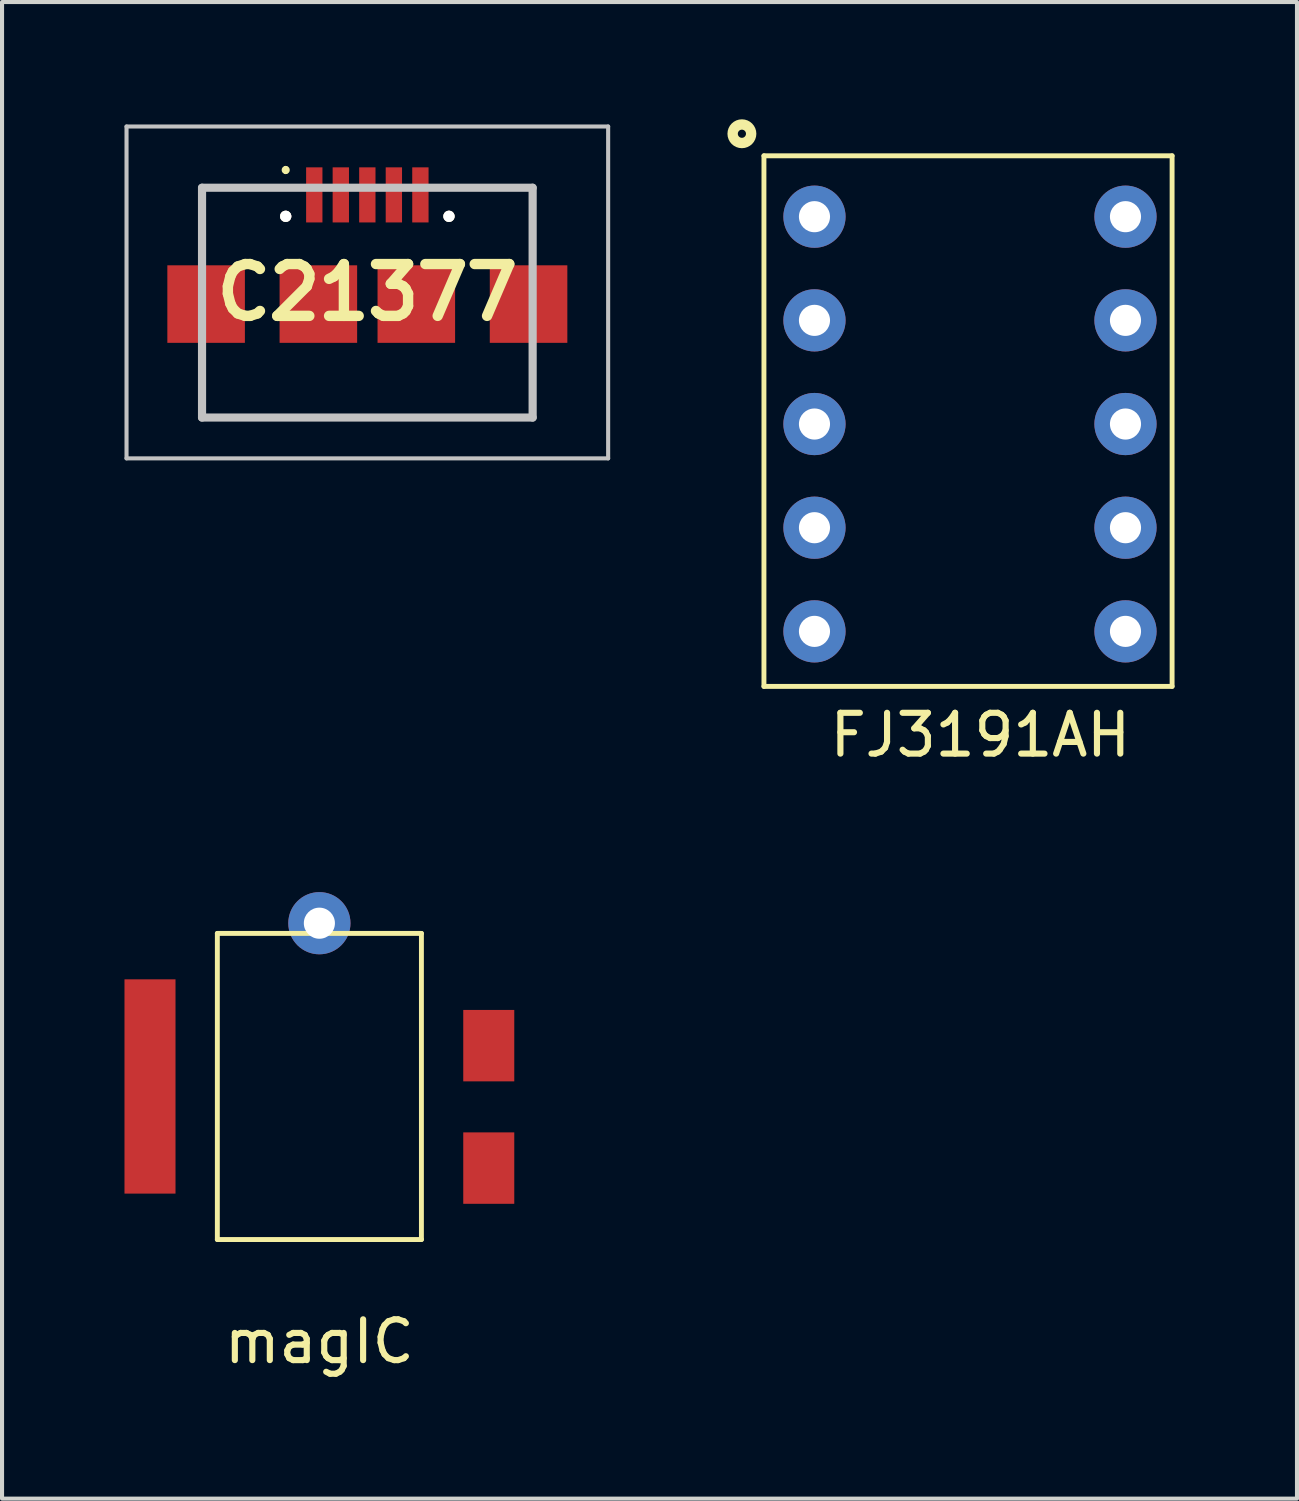
<source format=kicad_pcb>
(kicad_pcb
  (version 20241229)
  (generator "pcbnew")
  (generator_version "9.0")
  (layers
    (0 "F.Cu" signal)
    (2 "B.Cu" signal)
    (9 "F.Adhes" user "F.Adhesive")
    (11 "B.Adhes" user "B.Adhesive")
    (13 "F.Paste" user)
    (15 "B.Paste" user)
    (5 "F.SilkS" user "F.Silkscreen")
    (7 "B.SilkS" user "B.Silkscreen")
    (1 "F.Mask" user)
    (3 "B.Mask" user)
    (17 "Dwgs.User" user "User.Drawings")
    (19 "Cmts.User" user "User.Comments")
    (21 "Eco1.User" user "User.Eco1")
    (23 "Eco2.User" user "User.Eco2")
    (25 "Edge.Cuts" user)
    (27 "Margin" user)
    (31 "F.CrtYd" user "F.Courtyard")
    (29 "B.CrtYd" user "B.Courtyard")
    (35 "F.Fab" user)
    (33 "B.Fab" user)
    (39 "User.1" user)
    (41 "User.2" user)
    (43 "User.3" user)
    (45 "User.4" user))
  (footprint "FJ3191AH"
    (layer "F.Cu")
    (at 16.905 2.259)
    (property "Reference" "FJ3191AH" (at 4.064 12.7 0) (layer "F.SilkS") (effects (font (size 1 1) (thickness 0.15))))
    (attr through_hole)
    (fp_line (start -1.238 -1.492) (end 8.762 -1.492) (stroke (width 0.12) (type solid)) (layer "F.SilkS"))
    (fp_line (start -1.238 11.508) (end -1.238 -1.492) (stroke (width 0.12) (type solid)) (layer "F.SilkS"))
    (fp_line (start 8.762 -1.492) (end 8.762 11.508) (stroke (width 0.12) (type solid)) (layer "F.SilkS"))
    (fp_line (start 8.762 11.508) (end -1.238 11.508) (stroke (width 0.12) (type solid)) (layer "F.SilkS"))
    (fp_circle (center -1.778 -2.032) (end -1.678 -2.032) (stroke (width 0.254) (type solid)) (fill no) (layer "F.SilkS"))
    (pad "1" thru_hole circle (at 0 0) (size 1.524 1.524) (drill 0.762) (layers "*.Cu" "*.Mask"))
    (pad "2" thru_hole circle (at 0 2.54) (size 1.524 1.524) (drill 0.762) (layers "*.Cu" "*.Mask"))
    (pad "3" thru_hole circle (at 0 5.08) (size 1.524 1.524) (drill 0.762) (layers "*.Cu" "*.Mask"))
    (pad "4" thru_hole circle (at 0 7.62) (size 1.524 1.524) (drill 0.762) (layers "*.Cu" "*.Mask"))
    (pad "5" thru_hole circle (at 0 10.16) (size 1.524 1.524) (drill 0.762) (layers "*.Cu" "*.Mask"))
    (pad "6" thru_hole circle (at 7.62 10.16) (size 1.524 1.524) (drill 0.762) (layers "*.Cu" "*.Mask"))
    (pad "7" thru_hole circle (at 7.62 7.62) (size 1.524 1.524) (drill 0.762) (layers "*.Cu" "*.Mask"))
    (pad "8" thru_hole circle (at 7.62 5.08) (size 1.524 1.524) (drill 0.762) (layers "*.Cu" "*.Mask"))
    (pad "9" thru_hole circle (at 7.62 2.54) (size 1.524 1.524) (drill 0.762) (layers "*.Cu" "*.Mask"))
    (pad "10" thru_hole circle (at 7.62 0) (size 1.524 1.524) (drill 0.762) (layers "*.Cu" "*.Mask")))
  (footprint "magIC"
    (layer "F.Cu")
    (at 7.275 27.319)
    (property "Reference" "magIC" (at -2.5 2.5 0) (layer "F.SilkS") (effects (font (size 1 1) (thickness 0.15))))
    (attr through_hole)
    (fp_line (start -5 0) (end -5 -7.5) (stroke (width 0.12) (type solid)) (layer "F.SilkS"))
    (fp_line (start -5 0) (end 0 0) (stroke (width 0.12) (type solid)) (layer "F.SilkS"))
    (fp_line (start 0 -7.5) (end -5 -7.5) (stroke (width 0.12) (type solid)) (layer "F.SilkS"))
    (fp_line (start 0 -7.5) (end 0 0) (stroke (width 0.12) (type solid)) (layer "F.SilkS"))
    (pad "1" smd rect (at 1.65 -1.75) (size 1.25 1.75) (layers "F.Cu" "F.Mask" "F.Paste"))
    (pad "2" smd rect (at 1.65 -4.75) (size 1.25 1.75) (layers "F.Cu" "F.Mask" "F.Paste"))
    (pad "3" smd rect (at -6.65 -3.75) (size 1.25 5.25) (layers "F.Cu" "F.Mask" "F.Paste"))
    (pad "4" thru_hole circle (at -2.5 -7.75) (size 1.524 1.524) (drill 0.762) (layers "*.Cu" "*.Mask")))
  (footprint "C21377"
    (layer "F.Cu")
    (at 5.95 4.365)
    (property "Reference" "C21377" (at 0 -0.25 0) (layer "F.SilkS") (effects (font (size 1.27 1.27) (thickness 0.254))))
    (attr through_hole)
    (fp_line (start -4.05 -2.8) (end -4.05 -1.2) (stroke (width 0.1) (type solid)) (layer "F.SilkS"))
    (fp_line (start -4.05 1.2) (end -4.05 2.815) (stroke (width 0.1) (type solid)) (layer "F.SilkS"))
    (fp_line (start -4.05 2.815) (end 4 2.815) (stroke (width 0.1) (type solid)) (layer "F.SilkS"))
    (fp_line (start -2 -3.3) (end -2 -3.3) (stroke (width 0.1) (type solid)) (layer "F.SilkS"))
    (fp_line (start -2 -3.2) (end -2 -3.2) (stroke (width 0.1) (type solid)) (layer "F.SilkS"))
    (fp_line (start -1.8 -2.8) (end -4.05 -2.8) (stroke (width 0.1) (type solid)) (layer "F.SilkS"))
    (fp_line (start 1.8 -2.815) (end 4.05 -2.815) (stroke (width 0.1) (type solid)) (layer "F.SilkS"))
    (fp_line (start 4 2.815) (end 4.05 2.8) (stroke (width 0.1) (type solid)) (layer "F.SilkS"))
    (fp_line (start 4.05 -2.815) (end 4.05 -1.2) (stroke (width 0.1) (type solid)) (layer "F.SilkS"))
    (fp_line (start 4.05 2.8) (end 4.05 1.2) (stroke (width 0.1) (type solid)) (layer "F.SilkS"))
    (fp_arc (start -2 -3.3) (mid -1.95 -3.25) (end -2 -3.2) (stroke (width 0.1) (type solid)) (layer "F.SilkS"))
    (fp_arc (start -2 -3.2) (mid -2.05 -3.25) (end -2 -3.3) (stroke (width 0.1) (type solid)) (layer "F.SilkS"))
    (fp_line (start -5.9 -4.315) (end 5.9 -4.315) (stroke (width 0.1) (type solid)) (layer "Dwgs.User"))
    (fp_line (start -5.9 3.815) (end -5.9 -4.315) (stroke (width 0.1) (type solid)) (layer "Dwgs.User"))
    (fp_line (start -4.05 -2.815) (end 4.05 -2.815) (stroke (width 0.2) (type solid)) (layer "Dwgs.User"))
    (fp_line (start -4.05 2.815) (end -4.05 -2.815) (stroke (width 0.2) (type solid)) (layer "Dwgs.User"))
    (fp_line (start 4.05 -2.815) (end 4.05 2.815) (stroke (width 0.2) (type solid)) (layer "Dwgs.User"))
    (fp_line (start 4.05 2.815) (end -4.05 2.815) (stroke (width 0.2) (type solid)) (layer "Dwgs.User"))
    (fp_line (start 5.9 -4.315) (end 5.9 3.815) (stroke (width 0.1) (type solid)) (layer "Dwgs.User"))
    (fp_line (start 5.9 3.815) (end -5.9 3.815) (stroke (width 0.1) (type solid)) (layer "Dwgs.User"))
    (pad "1" smd rect (at -1.3 -2.64) (size 0.4 1.35) (layers "F.Cu" "F.Mask" "F.Paste"))
    (pad "2" smd rect (at -0.65 -2.64) (size 0.4 1.35) (layers "F.Cu" "F.Mask" "F.Paste"))
    (pad "3" smd rect (at 0 -2.64) (size 0.4 1.35) (layers "F.Cu" "F.Mask" "F.Paste"))
    (pad "4" smd rect (at 0.65 -2.64) (size 0.4 1.35) (layers "F.Cu" "F.Mask" "F.Paste"))
    (pad "5" smd rect (at 1.3 -2.64) (size 0.4 1.35) (layers "F.Cu" "F.Mask" "F.Paste"))
    (pad "MH1" thru_hole circle (at -2 -2.115 90) (size 0.275 0.275) (drill 0.55) (layers "*.Cu" "*.Mask" "F.SilkS"))
    (pad "MH2" thru_hole circle (at 2 -2.115 90) (size 0.275 0.275) (drill 0.55) (layers "*.Cu" "*.Mask" "F.SilkS"))
    (pad "MP1" smd rect (at -3.95 0.035) (size 1.9 1.9) (layers "F.Cu" "F.Mask" "F.Paste"))
    (pad "MP2" smd rect (at -1.2 0.035) (size 1.9 1.9) (layers "F.Cu" "F.Mask" "F.Paste"))
    (pad "MP3" smd rect (at 1.2 0.035) (size 1.9 1.9) (layers "F.Cu" "F.Mask" "F.Paste"))
    (pad "MP4" smd rect (at 3.95 0.035) (size 1.9 1.9) (layers "F.Cu" "F.Mask" "F.Paste")))
  (gr_rect
    (start -3 -3)
    (end 28.727 33.667)
    (stroke (width 0.1) (type default))
    (fill no)
    (layer "Edge.Cuts")))
</source>
